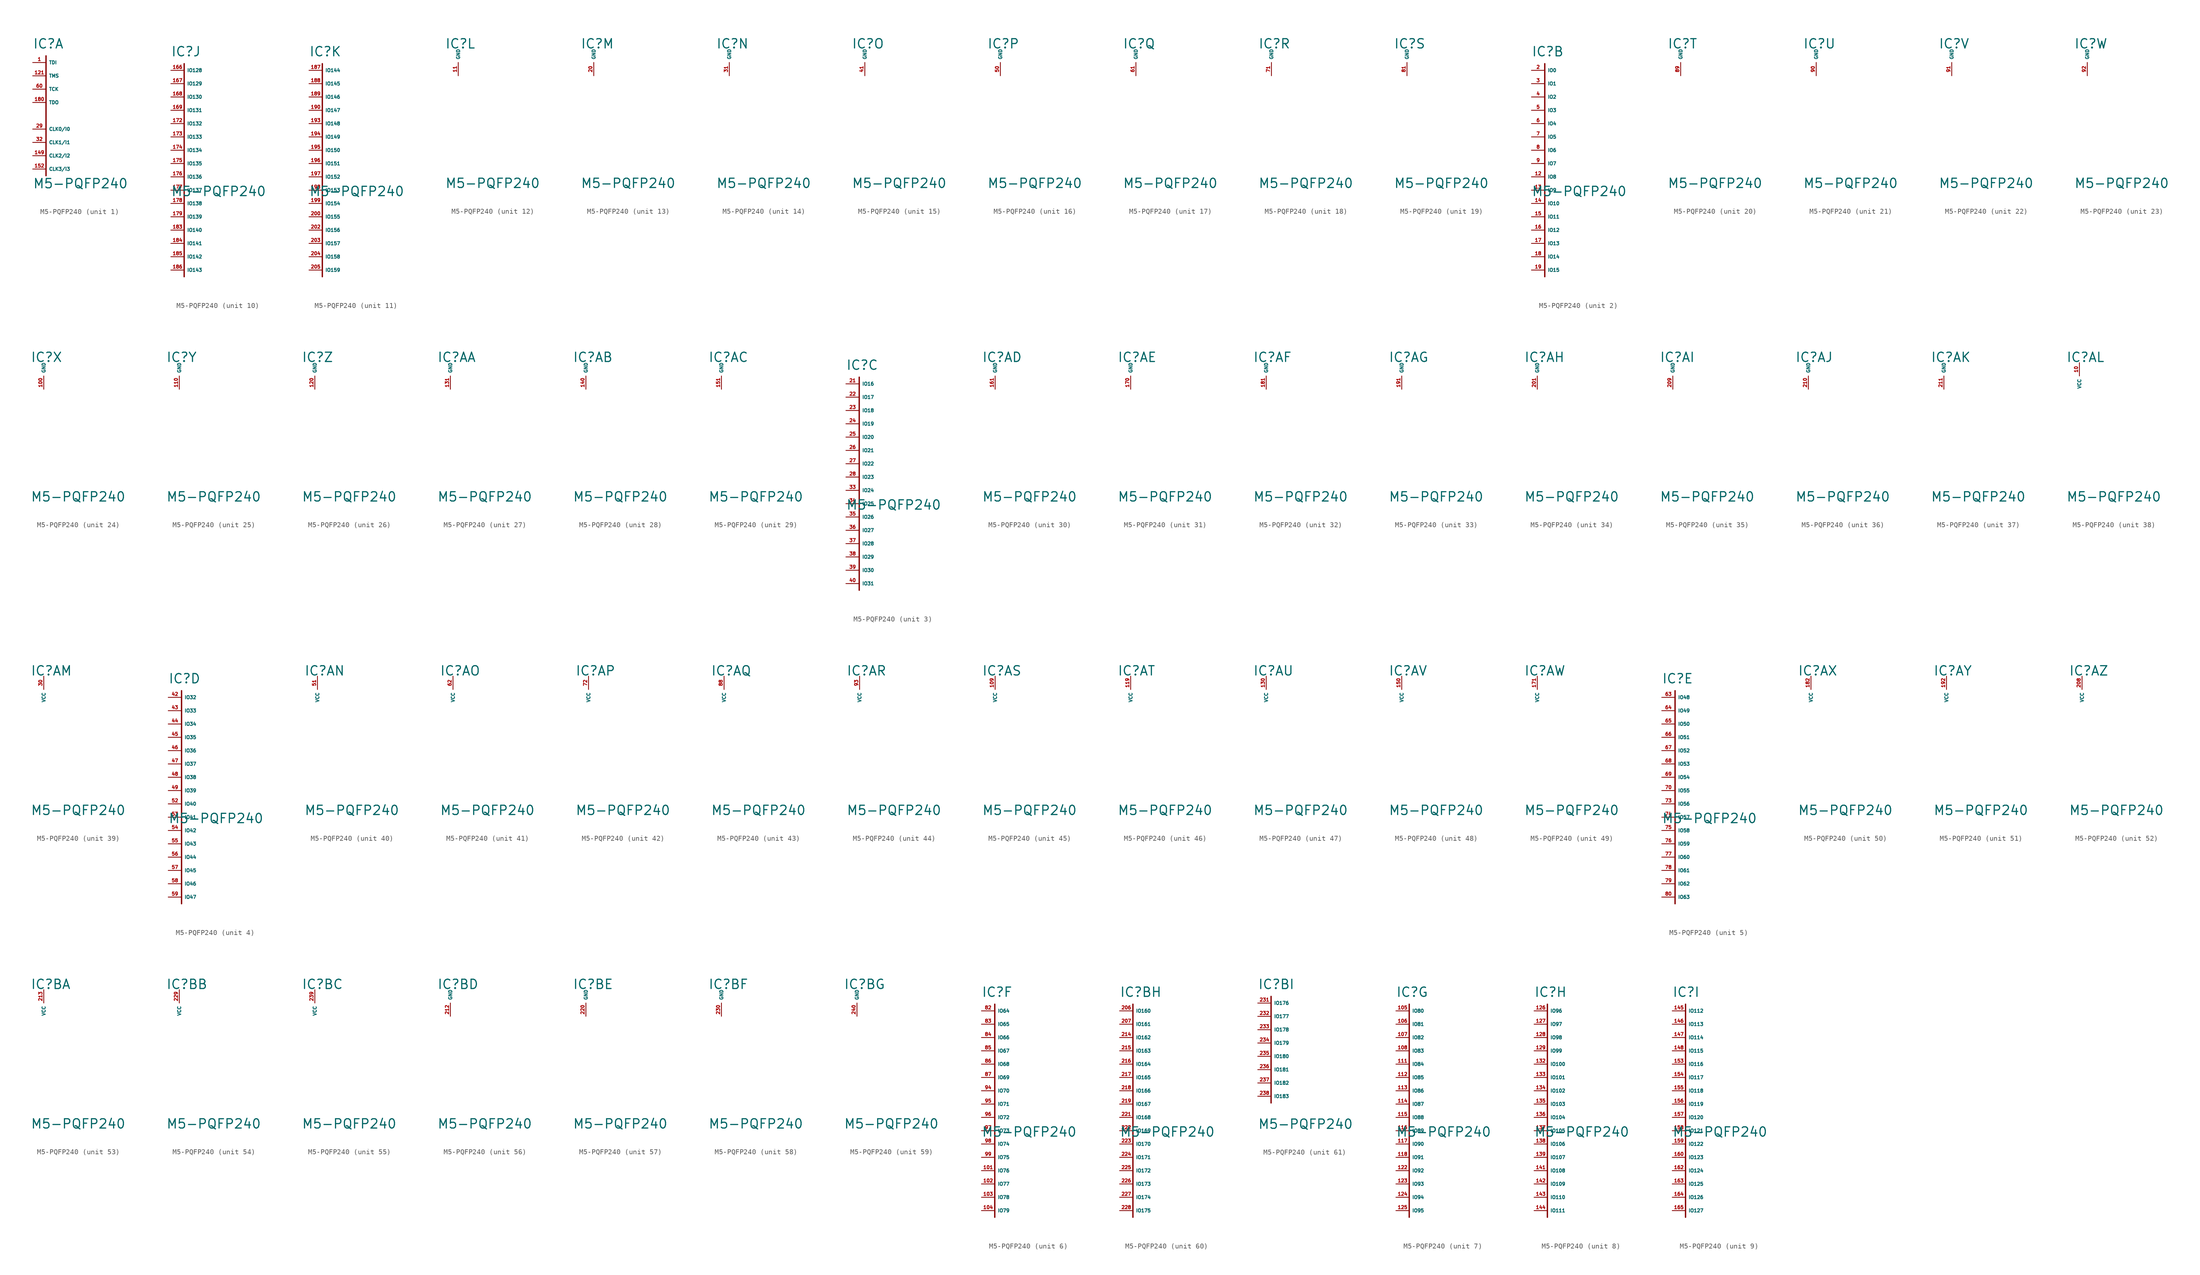
<source format=kicad_sym>
(kicad_symbol_lib
  (version 20220914)
  (generator Eagle2Kicad)
  (symbol "M5-PQFP240"
    (property "Reference" "IC"
      (at -2.54 2.54 0)
      (effects (font (size 1.778 1.778) (thickness 0.22)) (justify left bottom)))
    (property "Value" "M5-PQFP240"
      (at -2.54 -24.13 0)
      (effects (font (size 1.778 1.778) (thickness 0.22)) (justify left bottom)))
    (symbol "M5-PQFP240_1_0"
      (polyline (pts (xy 0 1.27) (xy 0 -21.59)) (stroke (width 0.254) (type default)) (fill (type none)))
      (pin input line (at -2.54 0 0) (length 2.54) (name "TDI" (effects (font (size 0.635 0.635) (thickness 0.08)) (justify left bottom))) (number "1" (effects (font (size 0.635 0.635) (thickness 0.08)) (justify left bottom))))
      (pin input line (at -2.54 -2.54 0) (length 2.54) (name "TMS" (effects (font (size 0.635 0.635) (thickness 0.08)) (justify left bottom))) (number "121" (effects (font (size 0.635 0.635) (thickness 0.08)) (justify left bottom))))
      (pin input line (at -2.54 -5.08 0) (length 2.54) (name "TCK" (effects (font (size 0.635 0.635) (thickness 0.08)) (justify left bottom))) (number "60" (effects (font (size 0.635 0.635) (thickness 0.08)) (justify left bottom))))
      (pin input line (at -2.54 -7.62 0) (length 2.54) (name "TDO" (effects (font (size 0.635 0.635) (thickness 0.08)) (justify left bottom))) (number "180" (effects (font (size 0.635 0.635) (thickness 0.08)) (justify left bottom))))
      (pin input line (at -2.54 -12.7 0) (length 2.54) (name "CLK0/I0" (effects (font (size 0.635 0.635) (thickness 0.08)) (justify left bottom))) (number "29" (effects (font (size 0.635 0.635) (thickness 0.08)) (justify left bottom))))
      (pin input line (at -2.54 -15.24 0) (length 2.54) (name "CLK1/I1" (effects (font (size 0.635 0.635) (thickness 0.08)) (justify left bottom))) (number "32" (effects (font (size 0.635 0.635) (thickness 0.08)) (justify left bottom))))
      (pin input line (at -2.54 -17.78 0) (length 2.54) (name "CLK2/I2" (effects (font (size 0.635 0.635) (thickness 0.08)) (justify left bottom))) (number "149" (effects (font (size 0.635 0.635) (thickness 0.08)) (justify left bottom))))
      (pin input line (at -2.54 -20.32 0) (length 2.54) (name "CLK3/I3" (effects (font (size 0.635 0.635) (thickness 0.08)) (justify left bottom))) (number "152" (effects (font (size 0.635 0.635) (thickness 0.08)) (justify left bottom)))))
    (symbol "M5-PQFP240_2_0"
      (polyline (pts (xy 0 1.27) (xy 0 -39.37)) (stroke (width 0.254) (type default)) (fill (type none)))
      (pin bidirectional line (at -2.54 0 0) (length 2.54) (name "IO0" (effects (font (size 0.635 0.635) (thickness 0.08)) (justify left bottom))) (number "2" (effects (font (size 0.635 0.635) (thickness 0.08)) (justify left bottom))))
      (pin bidirectional line (at -2.54 -2.54 0) (length 2.54) (name "IO1" (effects (font (size 0.635 0.635) (thickness 0.08)) (justify left bottom))) (number "3" (effects (font (size 0.635 0.635) (thickness 0.08)) (justify left bottom))))
      (pin bidirectional line (at -2.54 -5.08 0) (length 2.54) (name "IO2" (effects (font (size 0.635 0.635) (thickness 0.08)) (justify left bottom))) (number "4" (effects (font (size 0.635 0.635) (thickness 0.08)) (justify left bottom))))
      (pin bidirectional line (at -2.54 -7.62 0) (length 2.54) (name "IO3" (effects (font (size 0.635 0.635) (thickness 0.08)) (justify left bottom))) (number "5" (effects (font (size 0.635 0.635) (thickness 0.08)) (justify left bottom))))
      (pin bidirectional line (at -2.54 -10.16 0) (length 2.54) (name "IO4" (effects (font (size 0.635 0.635) (thickness 0.08)) (justify left bottom))) (number "6" (effects (font (size 0.635 0.635) (thickness 0.08)) (justify left bottom))))
      (pin bidirectional line (at -2.54 -12.7 0) (length 2.54) (name "IO5" (effects (font (size 0.635 0.635) (thickness 0.08)) (justify left bottom))) (number "7" (effects (font (size 0.635 0.635) (thickness 0.08)) (justify left bottom))))
      (pin bidirectional line (at -2.54 -15.24 0) (length 2.54) (name "IO6" (effects (font (size 0.635 0.635) (thickness 0.08)) (justify left bottom))) (number "8" (effects (font (size 0.635 0.635) (thickness 0.08)) (justify left bottom))))
      (pin bidirectional line (at -2.54 -17.78 0) (length 2.54) (name "IO7" (effects (font (size 0.635 0.635) (thickness 0.08)) (justify left bottom))) (number "9" (effects (font (size 0.635 0.635) (thickness 0.08)) (justify left bottom))))
      (pin bidirectional line (at -2.54 -20.32 0) (length 2.54) (name "IO8" (effects (font (size 0.635 0.635) (thickness 0.08)) (justify left bottom))) (number "12" (effects (font (size 0.635 0.635) (thickness 0.08)) (justify left bottom))))
      (pin bidirectional line (at -2.54 -22.86 0) (length 2.54) (name "IO9" (effects (font (size 0.635 0.635) (thickness 0.08)) (justify left bottom))) (number "13" (effects (font (size 0.635 0.635) (thickness 0.08)) (justify left bottom))))
      (pin bidirectional line (at -2.54 -25.4 0) (length 2.54) (name "IO10" (effects (font (size 0.635 0.635) (thickness 0.08)) (justify left bottom))) (number "14" (effects (font (size 0.635 0.635) (thickness 0.08)) (justify left bottom))))
      (pin bidirectional line (at -2.54 -27.94 0) (length 2.54) (name "IO11" (effects (font (size 0.635 0.635) (thickness 0.08)) (justify left bottom))) (number "15" (effects (font (size 0.635 0.635) (thickness 0.08)) (justify left bottom))))
      (pin bidirectional line (at -2.54 -30.48 0) (length 2.54) (name "IO12" (effects (font (size 0.635 0.635) (thickness 0.08)) (justify left bottom))) (number "16" (effects (font (size 0.635 0.635) (thickness 0.08)) (justify left bottom))))
      (pin bidirectional line (at -2.54 -33.02 0) (length 2.54) (name "IO13" (effects (font (size 0.635 0.635) (thickness 0.08)) (justify left bottom))) (number "17" (effects (font (size 0.635 0.635) (thickness 0.08)) (justify left bottom))))
      (pin bidirectional line (at -2.54 -35.56 0) (length 2.54) (name "IO14" (effects (font (size 0.635 0.635) (thickness 0.08)) (justify left bottom))) (number "18" (effects (font (size 0.635 0.635) (thickness 0.08)) (justify left bottom))))
      (pin bidirectional line (at -2.54 -38.1 0) (length 2.54) (name "IO15" (effects (font (size 0.635 0.635) (thickness 0.08)) (justify left bottom))) (number "19" (effects (font (size 0.635 0.635) (thickness 0.08)) (justify left bottom)))))
    (symbol "M5-PQFP240_3_0"
      (polyline (pts (xy 0 1.27) (xy 0 -39.37)) (stroke (width 0.254) (type default)) (fill (type none)))
      (pin bidirectional line (at -2.54 0 0) (length 2.54) (name "IO16" (effects (font (size 0.635 0.635) (thickness 0.08)) (justify left bottom))) (number "21" (effects (font (size 0.635 0.635) (thickness 0.08)) (justify left bottom))))
      (pin bidirectional line (at -2.54 -2.54 0) (length 2.54) (name "IO17" (effects (font (size 0.635 0.635) (thickness 0.08)) (justify left bottom))) (number "22" (effects (font (size 0.635 0.635) (thickness 0.08)) (justify left bottom))))
      (pin bidirectional line (at -2.54 -5.08 0) (length 2.54) (name "IO18" (effects (font (size 0.635 0.635) (thickness 0.08)) (justify left bottom))) (number "23" (effects (font (size 0.635 0.635) (thickness 0.08)) (justify left bottom))))
      (pin bidirectional line (at -2.54 -7.62 0) (length 2.54) (name "IO19" (effects (font (size 0.635 0.635) (thickness 0.08)) (justify left bottom))) (number "24" (effects (font (size 0.635 0.635) (thickness 0.08)) (justify left bottom))))
      (pin bidirectional line (at -2.54 -10.16 0) (length 2.54) (name "IO20" (effects (font (size 0.635 0.635) (thickness 0.08)) (justify left bottom))) (number "25" (effects (font (size 0.635 0.635) (thickness 0.08)) (justify left bottom))))
      (pin bidirectional line (at -2.54 -12.7 0) (length 2.54) (name "IO21" (effects (font (size 0.635 0.635) (thickness 0.08)) (justify left bottom))) (number "26" (effects (font (size 0.635 0.635) (thickness 0.08)) (justify left bottom))))
      (pin bidirectional line (at -2.54 -15.24 0) (length 2.54) (name "IO22" (effects (font (size 0.635 0.635) (thickness 0.08)) (justify left bottom))) (number "27" (effects (font (size 0.635 0.635) (thickness 0.08)) (justify left bottom))))
      (pin bidirectional line (at -2.54 -17.78 0) (length 2.54) (name "IO23" (effects (font (size 0.635 0.635) (thickness 0.08)) (justify left bottom))) (number "28" (effects (font (size 0.635 0.635) (thickness 0.08)) (justify left bottom))))
      (pin bidirectional line (at -2.54 -20.32 0) (length 2.54) (name "IO24" (effects (font (size 0.635 0.635) (thickness 0.08)) (justify left bottom))) (number "33" (effects (font (size 0.635 0.635) (thickness 0.08)) (justify left bottom))))
      (pin bidirectional line (at -2.54 -22.86 0) (length 2.54) (name "IO25" (effects (font (size 0.635 0.635) (thickness 0.08)) (justify left bottom))) (number "34" (effects (font (size 0.635 0.635) (thickness 0.08)) (justify left bottom))))
      (pin bidirectional line (at -2.54 -25.4 0) (length 2.54) (name "IO26" (effects (font (size 0.635 0.635) (thickness 0.08)) (justify left bottom))) (number "35" (effects (font (size 0.635 0.635) (thickness 0.08)) (justify left bottom))))
      (pin bidirectional line (at -2.54 -27.94 0) (length 2.54) (name "IO27" (effects (font (size 0.635 0.635) (thickness 0.08)) (justify left bottom))) (number "36" (effects (font (size 0.635 0.635) (thickness 0.08)) (justify left bottom))))
      (pin bidirectional line (at -2.54 -30.48 0) (length 2.54) (name "IO28" (effects (font (size 0.635 0.635) (thickness 0.08)) (justify left bottom))) (number "37" (effects (font (size 0.635 0.635) (thickness 0.08)) (justify left bottom))))
      (pin bidirectional line (at -2.54 -33.02 0) (length 2.54) (name "IO29" (effects (font (size 0.635 0.635) (thickness 0.08)) (justify left bottom))) (number "38" (effects (font (size 0.635 0.635) (thickness 0.08)) (justify left bottom))))
      (pin bidirectional line (at -2.54 -35.56 0) (length 2.54) (name "IO30" (effects (font (size 0.635 0.635) (thickness 0.08)) (justify left bottom))) (number "39" (effects (font (size 0.635 0.635) (thickness 0.08)) (justify left bottom))))
      (pin bidirectional line (at -2.54 -38.1 0) (length 2.54) (name "IO31" (effects (font (size 0.635 0.635) (thickness 0.08)) (justify left bottom))) (number "40" (effects (font (size 0.635 0.635) (thickness 0.08)) (justify left bottom)))))
    (symbol "M5-PQFP240_4_0"
      (polyline (pts (xy 0 1.27) (xy 0 -39.37)) (stroke (width 0.254) (type default)) (fill (type none)))
      (pin bidirectional line (at -2.54 0 0) (length 2.54) (name "IO32" (effects (font (size 0.635 0.635) (thickness 0.08)) (justify left bottom))) (number "42" (effects (font (size 0.635 0.635) (thickness 0.08)) (justify left bottom))))
      (pin bidirectional line (at -2.54 -2.54 0) (length 2.54) (name "IO33" (effects (font (size 0.635 0.635) (thickness 0.08)) (justify left bottom))) (number "43" (effects (font (size 0.635 0.635) (thickness 0.08)) (justify left bottom))))
      (pin bidirectional line (at -2.54 -5.08 0) (length 2.54) (name "IO34" (effects (font (size 0.635 0.635) (thickness 0.08)) (justify left bottom))) (number "44" (effects (font (size 0.635 0.635) (thickness 0.08)) (justify left bottom))))
      (pin bidirectional line (at -2.54 -7.62 0) (length 2.54) (name "IO35" (effects (font (size 0.635 0.635) (thickness 0.08)) (justify left bottom))) (number "45" (effects (font (size 0.635 0.635) (thickness 0.08)) (justify left bottom))))
      (pin bidirectional line (at -2.54 -10.16 0) (length 2.54) (name "IO36" (effects (font (size 0.635 0.635) (thickness 0.08)) (justify left bottom))) (number "46" (effects (font (size 0.635 0.635) (thickness 0.08)) (justify left bottom))))
      (pin bidirectional line (at -2.54 -12.7 0) (length 2.54) (name "IO37" (effects (font (size 0.635 0.635) (thickness 0.08)) (justify left bottom))) (number "47" (effects (font (size 0.635 0.635) (thickness 0.08)) (justify left bottom))))
      (pin bidirectional line (at -2.54 -15.24 0) (length 2.54) (name "IO38" (effects (font (size 0.635 0.635) (thickness 0.08)) (justify left bottom))) (number "48" (effects (font (size 0.635 0.635) (thickness 0.08)) (justify left bottom))))
      (pin bidirectional line (at -2.54 -17.78 0) (length 2.54) (name "IO39" (effects (font (size 0.635 0.635) (thickness 0.08)) (justify left bottom))) (number "49" (effects (font (size 0.635 0.635) (thickness 0.08)) (justify left bottom))))
      (pin bidirectional line (at -2.54 -20.32 0) (length 2.54) (name "IO40" (effects (font (size 0.635 0.635) (thickness 0.08)) (justify left bottom))) (number "52" (effects (font (size 0.635 0.635) (thickness 0.08)) (justify left bottom))))
      (pin bidirectional line (at -2.54 -22.86 0) (length 2.54) (name "IO41" (effects (font (size 0.635 0.635) (thickness 0.08)) (justify left bottom))) (number "53" (effects (font (size 0.635 0.635) (thickness 0.08)) (justify left bottom))))
      (pin bidirectional line (at -2.54 -25.4 0) (length 2.54) (name "IO42" (effects (font (size 0.635 0.635) (thickness 0.08)) (justify left bottom))) (number "54" (effects (font (size 0.635 0.635) (thickness 0.08)) (justify left bottom))))
      (pin bidirectional line (at -2.54 -27.94 0) (length 2.54) (name "IO43" (effects (font (size 0.635 0.635) (thickness 0.08)) (justify left bottom))) (number "55" (effects (font (size 0.635 0.635) (thickness 0.08)) (justify left bottom))))
      (pin bidirectional line (at -2.54 -30.48 0) (length 2.54) (name "IO44" (effects (font (size 0.635 0.635) (thickness 0.08)) (justify left bottom))) (number "56" (effects (font (size 0.635 0.635) (thickness 0.08)) (justify left bottom))))
      (pin bidirectional line (at -2.54 -33.02 0) (length 2.54) (name "IO45" (effects (font (size 0.635 0.635) (thickness 0.08)) (justify left bottom))) (number "57" (effects (font (size 0.635 0.635) (thickness 0.08)) (justify left bottom))))
      (pin bidirectional line (at -2.54 -35.56 0) (length 2.54) (name "IO46" (effects (font (size 0.635 0.635) (thickness 0.08)) (justify left bottom))) (number "58" (effects (font (size 0.635 0.635) (thickness 0.08)) (justify left bottom))))
      (pin bidirectional line (at -2.54 -38.1 0) (length 2.54) (name "IO47" (effects (font (size 0.635 0.635) (thickness 0.08)) (justify left bottom))) (number "59" (effects (font (size 0.635 0.635) (thickness 0.08)) (justify left bottom)))))
    (symbol "M5-PQFP240_5_0"
      (polyline (pts (xy 0 1.27) (xy 0 -39.37)) (stroke (width 0.254) (type default)) (fill (type none)))
      (pin bidirectional line (at -2.54 0 0) (length 2.54) (name "IO48" (effects (font (size 0.635 0.635) (thickness 0.08)) (justify left bottom))) (number "63" (effects (font (size 0.635 0.635) (thickness 0.08)) (justify left bottom))))
      (pin bidirectional line (at -2.54 -2.54 0) (length 2.54) (name "IO49" (effects (font (size 0.635 0.635) (thickness 0.08)) (justify left bottom))) (number "64" (effects (font (size 0.635 0.635) (thickness 0.08)) (justify left bottom))))
      (pin bidirectional line (at -2.54 -5.08 0) (length 2.54) (name "IO50" (effects (font (size 0.635 0.635) (thickness 0.08)) (justify left bottom))) (number "65" (effects (font (size 0.635 0.635) (thickness 0.08)) (justify left bottom))))
      (pin bidirectional line (at -2.54 -7.62 0) (length 2.54) (name "IO51" (effects (font (size 0.635 0.635) (thickness 0.08)) (justify left bottom))) (number "66" (effects (font (size 0.635 0.635) (thickness 0.08)) (justify left bottom))))
      (pin bidirectional line (at -2.54 -10.16 0) (length 2.54) (name "IO52" (effects (font (size 0.635 0.635) (thickness 0.08)) (justify left bottom))) (number "67" (effects (font (size 0.635 0.635) (thickness 0.08)) (justify left bottom))))
      (pin bidirectional line (at -2.54 -12.7 0) (length 2.54) (name "IO53" (effects (font (size 0.635 0.635) (thickness 0.08)) (justify left bottom))) (number "68" (effects (font (size 0.635 0.635) (thickness 0.08)) (justify left bottom))))
      (pin bidirectional line (at -2.54 -15.24 0) (length 2.54) (name "IO54" (effects (font (size 0.635 0.635) (thickness 0.08)) (justify left bottom))) (number "69" (effects (font (size 0.635 0.635) (thickness 0.08)) (justify left bottom))))
      (pin bidirectional line (at -2.54 -17.78 0) (length 2.54) (name "IO55" (effects (font (size 0.635 0.635) (thickness 0.08)) (justify left bottom))) (number "70" (effects (font (size 0.635 0.635) (thickness 0.08)) (justify left bottom))))
      (pin bidirectional line (at -2.54 -20.32 0) (length 2.54) (name "IO56" (effects (font (size 0.635 0.635) (thickness 0.08)) (justify left bottom))) (number "73" (effects (font (size 0.635 0.635) (thickness 0.08)) (justify left bottom))))
      (pin bidirectional line (at -2.54 -22.86 0) (length 2.54) (name "IO57" (effects (font (size 0.635 0.635) (thickness 0.08)) (justify left bottom))) (number "74" (effects (font (size 0.635 0.635) (thickness 0.08)) (justify left bottom))))
      (pin bidirectional line (at -2.54 -25.4 0) (length 2.54) (name "IO58" (effects (font (size 0.635 0.635) (thickness 0.08)) (justify left bottom))) (number "75" (effects (font (size 0.635 0.635) (thickness 0.08)) (justify left bottom))))
      (pin bidirectional line (at -2.54 -27.94 0) (length 2.54) (name "IO59" (effects (font (size 0.635 0.635) (thickness 0.08)) (justify left bottom))) (number "76" (effects (font (size 0.635 0.635) (thickness 0.08)) (justify left bottom))))
      (pin bidirectional line (at -2.54 -30.48 0) (length 2.54) (name "IO60" (effects (font (size 0.635 0.635) (thickness 0.08)) (justify left bottom))) (number "77" (effects (font (size 0.635 0.635) (thickness 0.08)) (justify left bottom))))
      (pin bidirectional line (at -2.54 -33.02 0) (length 2.54) (name "IO61" (effects (font (size 0.635 0.635) (thickness 0.08)) (justify left bottom))) (number "78" (effects (font (size 0.635 0.635) (thickness 0.08)) (justify left bottom))))
      (pin bidirectional line (at -2.54 -35.56 0) (length 2.54) (name "IO62" (effects (font (size 0.635 0.635) (thickness 0.08)) (justify left bottom))) (number "79" (effects (font (size 0.635 0.635) (thickness 0.08)) (justify left bottom))))
      (pin bidirectional line (at -2.54 -38.1 0) (length 2.54) (name "IO63" (effects (font (size 0.635 0.635) (thickness 0.08)) (justify left bottom))) (number "80" (effects (font (size 0.635 0.635) (thickness 0.08)) (justify left bottom)))))
    (symbol "M5-PQFP240_6_0"
      (polyline (pts (xy 0 1.27) (xy 0 -39.37)) (stroke (width 0.254) (type default)) (fill (type none)))
      (pin bidirectional line (at -2.54 0 0) (length 2.54) (name "IO64" (effects (font (size 0.635 0.635) (thickness 0.08)) (justify left bottom))) (number "82" (effects (font (size 0.635 0.635) (thickness 0.08)) (justify left bottom))))
      (pin bidirectional line (at -2.54 -2.54 0) (length 2.54) (name "IO65" (effects (font (size 0.635 0.635) (thickness 0.08)) (justify left bottom))) (number "83" (effects (font (size 0.635 0.635) (thickness 0.08)) (justify left bottom))))
      (pin bidirectional line (at -2.54 -5.08 0) (length 2.54) (name "IO66" (effects (font (size 0.635 0.635) (thickness 0.08)) (justify left bottom))) (number "84" (effects (font (size 0.635 0.635) (thickness 0.08)) (justify left bottom))))
      (pin bidirectional line (at -2.54 -7.62 0) (length 2.54) (name "IO67" (effects (font (size 0.635 0.635) (thickness 0.08)) (justify left bottom))) (number "85" (effects (font (size 0.635 0.635) (thickness 0.08)) (justify left bottom))))
      (pin bidirectional line (at -2.54 -10.16 0) (length 2.54) (name "IO68" (effects (font (size 0.635 0.635) (thickness 0.08)) (justify left bottom))) (number "86" (effects (font (size 0.635 0.635) (thickness 0.08)) (justify left bottom))))
      (pin bidirectional line (at -2.54 -12.7 0) (length 2.54) (name "IO69" (effects (font (size 0.635 0.635) (thickness 0.08)) (justify left bottom))) (number "87" (effects (font (size 0.635 0.635) (thickness 0.08)) (justify left bottom))))
      (pin bidirectional line (at -2.54 -15.24 0) (length 2.54) (name "IO70" (effects (font (size 0.635 0.635) (thickness 0.08)) (justify left bottom))) (number "94" (effects (font (size 0.635 0.635) (thickness 0.08)) (justify left bottom))))
      (pin bidirectional line (at -2.54 -17.78 0) (length 2.54) (name "IO71" (effects (font (size 0.635 0.635) (thickness 0.08)) (justify left bottom))) (number "95" (effects (font (size 0.635 0.635) (thickness 0.08)) (justify left bottom))))
      (pin bidirectional line (at -2.54 -20.32 0) (length 2.54) (name "IO72" (effects (font (size 0.635 0.635) (thickness 0.08)) (justify left bottom))) (number "96" (effects (font (size 0.635 0.635) (thickness 0.08)) (justify left bottom))))
      (pin bidirectional line (at -2.54 -22.86 0) (length 2.54) (name "IO73" (effects (font (size 0.635 0.635) (thickness 0.08)) (justify left bottom))) (number "97" (effects (font (size 0.635 0.635) (thickness 0.08)) (justify left bottom))))
      (pin bidirectional line (at -2.54 -25.4 0) (length 2.54) (name "IO74" (effects (font (size 0.635 0.635) (thickness 0.08)) (justify left bottom))) (number "98" (effects (font (size 0.635 0.635) (thickness 0.08)) (justify left bottom))))
      (pin bidirectional line (at -2.54 -27.94 0) (length 2.54) (name "IO75" (effects (font (size 0.635 0.635) (thickness 0.08)) (justify left bottom))) (number "99" (effects (font (size 0.635 0.635) (thickness 0.08)) (justify left bottom))))
      (pin bidirectional line (at -2.54 -30.48 0) (length 2.54) (name "IO76" (effects (font (size 0.635 0.635) (thickness 0.08)) (justify left bottom))) (number "101" (effects (font (size 0.635 0.635) (thickness 0.08)) (justify left bottom))))
      (pin bidirectional line (at -2.54 -33.02 0) (length 2.54) (name "IO77" (effects (font (size 0.635 0.635) (thickness 0.08)) (justify left bottom))) (number "102" (effects (font (size 0.635 0.635) (thickness 0.08)) (justify left bottom))))
      (pin bidirectional line (at -2.54 -35.56 0) (length 2.54) (name "IO78" (effects (font (size 0.635 0.635) (thickness 0.08)) (justify left bottom))) (number "103" (effects (font (size 0.635 0.635) (thickness 0.08)) (justify left bottom))))
      (pin bidirectional line (at -2.54 -38.1 0) (length 2.54) (name "IO79" (effects (font (size 0.635 0.635) (thickness 0.08)) (justify left bottom))) (number "104" (effects (font (size 0.635 0.635) (thickness 0.08)) (justify left bottom)))))
    (symbol "M5-PQFP240_7_0"
      (polyline (pts (xy 0 1.27) (xy 0 -39.37)) (stroke (width 0.254) (type default)) (fill (type none)))
      (pin bidirectional line (at -2.54 0 0) (length 2.54) (name "IO80" (effects (font (size 0.635 0.635) (thickness 0.08)) (justify left bottom))) (number "105" (effects (font (size 0.635 0.635) (thickness 0.08)) (justify left bottom))))
      (pin bidirectional line (at -2.54 -2.54 0) (length 2.54) (name "IO81" (effects (font (size 0.635 0.635) (thickness 0.08)) (justify left bottom))) (number "106" (effects (font (size 0.635 0.635) (thickness 0.08)) (justify left bottom))))
      (pin bidirectional line (at -2.54 -5.08 0) (length 2.54) (name "IO82" (effects (font (size 0.635 0.635) (thickness 0.08)) (justify left bottom))) (number "107" (effects (font (size 0.635 0.635) (thickness 0.08)) (justify left bottom))))
      (pin bidirectional line (at -2.54 -7.62 0) (length 2.54) (name "IO83" (effects (font (size 0.635 0.635) (thickness 0.08)) (justify left bottom))) (number "108" (effects (font (size 0.635 0.635) (thickness 0.08)) (justify left bottom))))
      (pin bidirectional line (at -2.54 -10.16 0) (length 2.54) (name "IO84" (effects (font (size 0.635 0.635) (thickness 0.08)) (justify left bottom))) (number "111" (effects (font (size 0.635 0.635) (thickness 0.08)) (justify left bottom))))
      (pin bidirectional line (at -2.54 -12.7 0) (length 2.54) (name "IO85" (effects (font (size 0.635 0.635) (thickness 0.08)) (justify left bottom))) (number "112" (effects (font (size 0.635 0.635) (thickness 0.08)) (justify left bottom))))
      (pin bidirectional line (at -2.54 -15.24 0) (length 2.54) (name "IO86" (effects (font (size 0.635 0.635) (thickness 0.08)) (justify left bottom))) (number "113" (effects (font (size 0.635 0.635) (thickness 0.08)) (justify left bottom))))
      (pin bidirectional line (at -2.54 -17.78 0) (length 2.54) (name "IO87" (effects (font (size 0.635 0.635) (thickness 0.08)) (justify left bottom))) (number "114" (effects (font (size 0.635 0.635) (thickness 0.08)) (justify left bottom))))
      (pin bidirectional line (at -2.54 -20.32 0) (length 2.54) (name "IO88" (effects (font (size 0.635 0.635) (thickness 0.08)) (justify left bottom))) (number "115" (effects (font (size 0.635 0.635) (thickness 0.08)) (justify left bottom))))
      (pin bidirectional line (at -2.54 -22.86 0) (length 2.54) (name "IO89" (effects (font (size 0.635 0.635) (thickness 0.08)) (justify left bottom))) (number "116" (effects (font (size 0.635 0.635) (thickness 0.08)) (justify left bottom))))
      (pin bidirectional line (at -2.54 -25.4 0) (length 2.54) (name "IO90" (effects (font (size 0.635 0.635) (thickness 0.08)) (justify left bottom))) (number "117" (effects (font (size 0.635 0.635) (thickness 0.08)) (justify left bottom))))
      (pin bidirectional line (at -2.54 -27.94 0) (length 2.54) (name "IO91" (effects (font (size 0.635 0.635) (thickness 0.08)) (justify left bottom))) (number "118" (effects (font (size 0.635 0.635) (thickness 0.08)) (justify left bottom))))
      (pin bidirectional line (at -2.54 -30.48 0) (length 2.54) (name "IO92" (effects (font (size 0.635 0.635) (thickness 0.08)) (justify left bottom))) (number "122" (effects (font (size 0.635 0.635) (thickness 0.08)) (justify left bottom))))
      (pin bidirectional line (at -2.54 -33.02 0) (length 2.54) (name "IO93" (effects (font (size 0.635 0.635) (thickness 0.08)) (justify left bottom))) (number "123" (effects (font (size 0.635 0.635) (thickness 0.08)) (justify left bottom))))
      (pin bidirectional line (at -2.54 -35.56 0) (length 2.54) (name "IO94" (effects (font (size 0.635 0.635) (thickness 0.08)) (justify left bottom))) (number "124" (effects (font (size 0.635 0.635) (thickness 0.08)) (justify left bottom))))
      (pin bidirectional line (at -2.54 -38.1 0) (length 2.54) (name "IO95" (effects (font (size 0.635 0.635) (thickness 0.08)) (justify left bottom))) (number "125" (effects (font (size 0.635 0.635) (thickness 0.08)) (justify left bottom)))))
    (symbol "M5-PQFP240_8_0"
      (polyline (pts (xy 0 1.27) (xy 0 -39.37)) (stroke (width 0.254) (type default)) (fill (type none)))
      (pin bidirectional line (at -2.54 0 0) (length 2.54) (name "IO96" (effects (font (size 0.635 0.635) (thickness 0.08)) (justify left bottom))) (number "126" (effects (font (size 0.635 0.635) (thickness 0.08)) (justify left bottom))))
      (pin bidirectional line (at -2.54 -2.54 0) (length 2.54) (name "IO97" (effects (font (size 0.635 0.635) (thickness 0.08)) (justify left bottom))) (number "127" (effects (font (size 0.635 0.635) (thickness 0.08)) (justify left bottom))))
      (pin bidirectional line (at -2.54 -5.08 0) (length 2.54) (name "IO98" (effects (font (size 0.635 0.635) (thickness 0.08)) (justify left bottom))) (number "128" (effects (font (size 0.635 0.635) (thickness 0.08)) (justify left bottom))))
      (pin bidirectional line (at -2.54 -7.62 0) (length 2.54) (name "IO99" (effects (font (size 0.635 0.635) (thickness 0.08)) (justify left bottom))) (number "129" (effects (font (size 0.635 0.635) (thickness 0.08)) (justify left bottom))))
      (pin bidirectional line (at -2.54 -10.16 0) (length 2.54) (name "IO100" (effects (font (size 0.635 0.635) (thickness 0.08)) (justify left bottom))) (number "132" (effects (font (size 0.635 0.635) (thickness 0.08)) (justify left bottom))))
      (pin bidirectional line (at -2.54 -12.7 0) (length 2.54) (name "IO101" (effects (font (size 0.635 0.635) (thickness 0.08)) (justify left bottom))) (number "133" (effects (font (size 0.635 0.635) (thickness 0.08)) (justify left bottom))))
      (pin bidirectional line (at -2.54 -15.24 0) (length 2.54) (name "IO102" (effects (font (size 0.635 0.635) (thickness 0.08)) (justify left bottom))) (number "134" (effects (font (size 0.635 0.635) (thickness 0.08)) (justify left bottom))))
      (pin bidirectional line (at -2.54 -17.78 0) (length 2.54) (name "IO103" (effects (font (size 0.635 0.635) (thickness 0.08)) (justify left bottom))) (number "135" (effects (font (size 0.635 0.635) (thickness 0.08)) (justify left bottom))))
      (pin bidirectional line (at -2.54 -20.32 0) (length 2.54) (name "IO104" (effects (font (size 0.635 0.635) (thickness 0.08)) (justify left bottom))) (number "136" (effects (font (size 0.635 0.635) (thickness 0.08)) (justify left bottom))))
      (pin bidirectional line (at -2.54 -22.86 0) (length 2.54) (name "IO105" (effects (font (size 0.635 0.635) (thickness 0.08)) (justify left bottom))) (number "137" (effects (font (size 0.635 0.635) (thickness 0.08)) (justify left bottom))))
      (pin bidirectional line (at -2.54 -25.4 0) (length 2.54) (name "IO106" (effects (font (size 0.635 0.635) (thickness 0.08)) (justify left bottom))) (number "138" (effects (font (size 0.635 0.635) (thickness 0.08)) (justify left bottom))))
      (pin bidirectional line (at -2.54 -27.94 0) (length 2.54) (name "IO107" (effects (font (size 0.635 0.635) (thickness 0.08)) (justify left bottom))) (number "139" (effects (font (size 0.635 0.635) (thickness 0.08)) (justify left bottom))))
      (pin bidirectional line (at -2.54 -30.48 0) (length 2.54) (name "IO108" (effects (font (size 0.635 0.635) (thickness 0.08)) (justify left bottom))) (number "141" (effects (font (size 0.635 0.635) (thickness 0.08)) (justify left bottom))))
      (pin bidirectional line (at -2.54 -33.02 0) (length 2.54) (name "IO109" (effects (font (size 0.635 0.635) (thickness 0.08)) (justify left bottom))) (number "142" (effects (font (size 0.635 0.635) (thickness 0.08)) (justify left bottom))))
      (pin bidirectional line (at -2.54 -35.56 0) (length 2.54) (name "IO110" (effects (font (size 0.635 0.635) (thickness 0.08)) (justify left bottom))) (number "143" (effects (font (size 0.635 0.635) (thickness 0.08)) (justify left bottom))))
      (pin bidirectional line (at -2.54 -38.1 0) (length 2.54) (name "IO111" (effects (font (size 0.635 0.635) (thickness 0.08)) (justify left bottom))) (number "144" (effects (font (size 0.635 0.635) (thickness 0.08)) (justify left bottom)))))
    (symbol "M5-PQFP240_9_0"
      (polyline (pts (xy 0 1.27) (xy 0 -39.37)) (stroke (width 0.254) (type default)) (fill (type none)))
      (pin bidirectional line (at -2.54 0 0) (length 2.54) (name "IO112" (effects (font (size 0.635 0.635) (thickness 0.08)) (justify left bottom))) (number "145" (effects (font (size 0.635 0.635) (thickness 0.08)) (justify left bottom))))
      (pin bidirectional line (at -2.54 -2.54 0) (length 2.54) (name "IO113" (effects (font (size 0.635 0.635) (thickness 0.08)) (justify left bottom))) (number "146" (effects (font (size 0.635 0.635) (thickness 0.08)) (justify left bottom))))
      (pin bidirectional line (at -2.54 -5.08 0) (length 2.54) (name "IO114" (effects (font (size 0.635 0.635) (thickness 0.08)) (justify left bottom))) (number "147" (effects (font (size 0.635 0.635) (thickness 0.08)) (justify left bottom))))
      (pin bidirectional line (at -2.54 -7.62 0) (length 2.54) (name "IO115" (effects (font (size 0.635 0.635) (thickness 0.08)) (justify left bottom))) (number "148" (effects (font (size 0.635 0.635) (thickness 0.08)) (justify left bottom))))
      (pin bidirectional line (at -2.54 -10.16 0) (length 2.54) (name "IO116" (effects (font (size 0.635 0.635) (thickness 0.08)) (justify left bottom))) (number "153" (effects (font (size 0.635 0.635) (thickness 0.08)) (justify left bottom))))
      (pin bidirectional line (at -2.54 -12.7 0) (length 2.54) (name "IO117" (effects (font (size 0.635 0.635) (thickness 0.08)) (justify left bottom))) (number "154" (effects (font (size 0.635 0.635) (thickness 0.08)) (justify left bottom))))
      (pin bidirectional line (at -2.54 -15.24 0) (length 2.54) (name "IO118" (effects (font (size 0.635 0.635) (thickness 0.08)) (justify left bottom))) (number "155" (effects (font (size 0.635 0.635) (thickness 0.08)) (justify left bottom))))
      (pin bidirectional line (at -2.54 -17.78 0) (length 2.54) (name "IO119" (effects (font (size 0.635 0.635) (thickness 0.08)) (justify left bottom))) (number "156" (effects (font (size 0.635 0.635) (thickness 0.08)) (justify left bottom))))
      (pin bidirectional line (at -2.54 -20.32 0) (length 2.54) (name "IO120" (effects (font (size 0.635 0.635) (thickness 0.08)) (justify left bottom))) (number "157" (effects (font (size 0.635 0.635) (thickness 0.08)) (justify left bottom))))
      (pin bidirectional line (at -2.54 -22.86 0) (length 2.54) (name "IO121" (effects (font (size 0.635 0.635) (thickness 0.08)) (justify left bottom))) (number "158" (effects (font (size 0.635 0.635) (thickness 0.08)) (justify left bottom))))
      (pin bidirectional line (at -2.54 -25.4 0) (length 2.54) (name "IO122" (effects (font (size 0.635 0.635) (thickness 0.08)) (justify left bottom))) (number "159" (effects (font (size 0.635 0.635) (thickness 0.08)) (justify left bottom))))
      (pin bidirectional line (at -2.54 -27.94 0) (length 2.54) (name "IO123" (effects (font (size 0.635 0.635) (thickness 0.08)) (justify left bottom))) (number "160" (effects (font (size 0.635 0.635) (thickness 0.08)) (justify left bottom))))
      (pin bidirectional line (at -2.54 -30.48 0) (length 2.54) (name "IO124" (effects (font (size 0.635 0.635) (thickness 0.08)) (justify left bottom))) (number "162" (effects (font (size 0.635 0.635) (thickness 0.08)) (justify left bottom))))
      (pin bidirectional line (at -2.54 -33.02 0) (length 2.54) (name "IO125" (effects (font (size 0.635 0.635) (thickness 0.08)) (justify left bottom))) (number "163" (effects (font (size 0.635 0.635) (thickness 0.08)) (justify left bottom))))
      (pin bidirectional line (at -2.54 -35.56 0) (length 2.54) (name "IO126" (effects (font (size 0.635 0.635) (thickness 0.08)) (justify left bottom))) (number "164" (effects (font (size 0.635 0.635) (thickness 0.08)) (justify left bottom))))
      (pin bidirectional line (at -2.54 -38.1 0) (length 2.54) (name "IO127" (effects (font (size 0.635 0.635) (thickness 0.08)) (justify left bottom))) (number "165" (effects (font (size 0.635 0.635) (thickness 0.08)) (justify left bottom)))))
    (symbol "M5-PQFP240_10_0"
      (polyline (pts (xy 0 1.27) (xy 0 -39.37)) (stroke (width 0.254) (type default)) (fill (type none)))
      (pin bidirectional line (at -2.54 0 0) (length 2.54) (name "IO128" (effects (font (size 0.635 0.635) (thickness 0.08)) (justify left bottom))) (number "166" (effects (font (size 0.635 0.635) (thickness 0.08)) (justify left bottom))))
      (pin bidirectional line (at -2.54 -2.54 0) (length 2.54) (name "IO129" (effects (font (size 0.635 0.635) (thickness 0.08)) (justify left bottom))) (number "167" (effects (font (size 0.635 0.635) (thickness 0.08)) (justify left bottom))))
      (pin bidirectional line (at -2.54 -5.08 0) (length 2.54) (name "IO130" (effects (font (size 0.635 0.635) (thickness 0.08)) (justify left bottom))) (number "168" (effects (font (size 0.635 0.635) (thickness 0.08)) (justify left bottom))))
      (pin bidirectional line (at -2.54 -7.62 0) (length 2.54) (name "IO131" (effects (font (size 0.635 0.635) (thickness 0.08)) (justify left bottom))) (number "169" (effects (font (size 0.635 0.635) (thickness 0.08)) (justify left bottom))))
      (pin bidirectional line (at -2.54 -10.16 0) (length 2.54) (name "IO132" (effects (font (size 0.635 0.635) (thickness 0.08)) (justify left bottom))) (number "172" (effects (font (size 0.635 0.635) (thickness 0.08)) (justify left bottom))))
      (pin bidirectional line (at -2.54 -12.7 0) (length 2.54) (name "IO133" (effects (font (size 0.635 0.635) (thickness 0.08)) (justify left bottom))) (number "173" (effects (font (size 0.635 0.635) (thickness 0.08)) (justify left bottom))))
      (pin bidirectional line (at -2.54 -15.24 0) (length 2.54) (name "IO134" (effects (font (size 0.635 0.635) (thickness 0.08)) (justify left bottom))) (number "174" (effects (font (size 0.635 0.635) (thickness 0.08)) (justify left bottom))))
      (pin bidirectional line (at -2.54 -17.78 0) (length 2.54) (name "IO135" (effects (font (size 0.635 0.635) (thickness 0.08)) (justify left bottom))) (number "175" (effects (font (size 0.635 0.635) (thickness 0.08)) (justify left bottom))))
      (pin bidirectional line (at -2.54 -20.32 0) (length 2.54) (name "IO136" (effects (font (size 0.635 0.635) (thickness 0.08)) (justify left bottom))) (number "176" (effects (font (size 0.635 0.635) (thickness 0.08)) (justify left bottom))))
      (pin bidirectional line (at -2.54 -22.86 0) (length 2.54) (name "IO137" (effects (font (size 0.635 0.635) (thickness 0.08)) (justify left bottom))) (number "177" (effects (font (size 0.635 0.635) (thickness 0.08)) (justify left bottom))))
      (pin bidirectional line (at -2.54 -25.4 0) (length 2.54) (name "IO138" (effects (font (size 0.635 0.635) (thickness 0.08)) (justify left bottom))) (number "178" (effects (font (size 0.635 0.635) (thickness 0.08)) (justify left bottom))))
      (pin bidirectional line (at -2.54 -27.94 0) (length 2.54) (name "IO139" (effects (font (size 0.635 0.635) (thickness 0.08)) (justify left bottom))) (number "179" (effects (font (size 0.635 0.635) (thickness 0.08)) (justify left bottom))))
      (pin bidirectional line (at -2.54 -30.48 0) (length 2.54) (name "IO140" (effects (font (size 0.635 0.635) (thickness 0.08)) (justify left bottom))) (number "183" (effects (font (size 0.635 0.635) (thickness 0.08)) (justify left bottom))))
      (pin bidirectional line (at -2.54 -33.02 0) (length 2.54) (name "IO141" (effects (font (size 0.635 0.635) (thickness 0.08)) (justify left bottom))) (number "184" (effects (font (size 0.635 0.635) (thickness 0.08)) (justify left bottom))))
      (pin bidirectional line (at -2.54 -35.56 0) (length 2.54) (name "IO142" (effects (font (size 0.635 0.635) (thickness 0.08)) (justify left bottom))) (number "185" (effects (font (size 0.635 0.635) (thickness 0.08)) (justify left bottom))))
      (pin bidirectional line (at -2.54 -38.1 0) (length 2.54) (name "IO143" (effects (font (size 0.635 0.635) (thickness 0.08)) (justify left bottom))) (number "186" (effects (font (size 0.635 0.635) (thickness 0.08)) (justify left bottom)))))
    (symbol "M5-PQFP240_11_0"
      (polyline (pts (xy 0 1.27) (xy 0 -39.37)) (stroke (width 0.254) (type default)) (fill (type none)))
      (pin bidirectional line (at -2.54 0 0) (length 2.54) (name "IO144" (effects (font (size 0.635 0.635) (thickness 0.08)) (justify left bottom))) (number "187" (effects (font (size 0.635 0.635) (thickness 0.08)) (justify left bottom))))
      (pin bidirectional line (at -2.54 -2.54 0) (length 2.54) (name "IO145" (effects (font (size 0.635 0.635) (thickness 0.08)) (justify left bottom))) (number "188" (effects (font (size 0.635 0.635) (thickness 0.08)) (justify left bottom))))
      (pin bidirectional line (at -2.54 -5.08 0) (length 2.54) (name "IO146" (effects (font (size 0.635 0.635) (thickness 0.08)) (justify left bottom))) (number "189" (effects (font (size 0.635 0.635) (thickness 0.08)) (justify left bottom))))
      (pin bidirectional line (at -2.54 -7.62 0) (length 2.54) (name "IO147" (effects (font (size 0.635 0.635) (thickness 0.08)) (justify left bottom))) (number "190" (effects (font (size 0.635 0.635) (thickness 0.08)) (justify left bottom))))
      (pin bidirectional line (at -2.54 -10.16 0) (length 2.54) (name "IO148" (effects (font (size 0.635 0.635) (thickness 0.08)) (justify left bottom))) (number "193" (effects (font (size 0.635 0.635) (thickness 0.08)) (justify left bottom))))
      (pin bidirectional line (at -2.54 -12.7 0) (length 2.54) (name "IO149" (effects (font (size 0.635 0.635) (thickness 0.08)) (justify left bottom))) (number "194" (effects (font (size 0.635 0.635) (thickness 0.08)) (justify left bottom))))
      (pin bidirectional line (at -2.54 -15.24 0) (length 2.54) (name "IO150" (effects (font (size 0.635 0.635) (thickness 0.08)) (justify left bottom))) (number "195" (effects (font (size 0.635 0.635) (thickness 0.08)) (justify left bottom))))
      (pin bidirectional line (at -2.54 -17.78 0) (length 2.54) (name "IO151" (effects (font (size 0.635 0.635) (thickness 0.08)) (justify left bottom))) (number "196" (effects (font (size 0.635 0.635) (thickness 0.08)) (justify left bottom))))
      (pin bidirectional line (at -2.54 -20.32 0) (length 2.54) (name "IO152" (effects (font (size 0.635 0.635) (thickness 0.08)) (justify left bottom))) (number "197" (effects (font (size 0.635 0.635) (thickness 0.08)) (justify left bottom))))
      (pin bidirectional line (at -2.54 -22.86 0) (length 2.54) (name "IO153" (effects (font (size 0.635 0.635) (thickness 0.08)) (justify left bottom))) (number "198" (effects (font (size 0.635 0.635) (thickness 0.08)) (justify left bottom))))
      (pin bidirectional line (at -2.54 -25.4 0) (length 2.54) (name "IO154" (effects (font (size 0.635 0.635) (thickness 0.08)) (justify left bottom))) (number "199" (effects (font (size 0.635 0.635) (thickness 0.08)) (justify left bottom))))
      (pin bidirectional line (at -2.54 -27.94 0) (length 2.54) (name "IO155" (effects (font (size 0.635 0.635) (thickness 0.08)) (justify left bottom))) (number "200" (effects (font (size 0.635 0.635) (thickness 0.08)) (justify left bottom))))
      (pin bidirectional line (at -2.54 -30.48 0) (length 2.54) (name "IO156" (effects (font (size 0.635 0.635) (thickness 0.08)) (justify left bottom))) (number "202" (effects (font (size 0.635 0.635) (thickness 0.08)) (justify left bottom))))
      (pin bidirectional line (at -2.54 -33.02 0) (length 2.54) (name "IO157" (effects (font (size 0.635 0.635) (thickness 0.08)) (justify left bottom))) (number "203" (effects (font (size 0.635 0.635) (thickness 0.08)) (justify left bottom))))
      (pin bidirectional line (at -2.54 -35.56 0) (length 2.54) (name "IO158" (effects (font (size 0.635 0.635) (thickness 0.08)) (justify left bottom))) (number "204" (effects (font (size 0.635 0.635) (thickness 0.08)) (justify left bottom))))
      (pin bidirectional line (at -2.54 -38.1 0) (length 2.54) (name "IO159" (effects (font (size 0.635 0.635) (thickness 0.08)) (justify left bottom))) (number "205" (effects (font (size 0.635 0.635) (thickness 0.08)) (justify left bottom)))))
    (symbol "M5-PQFP240_12_0"
      (pin unspecified line (at 0 -2.54 90) (length 2.54) (name "GND" (effects (font (size 0.635 0.635) (thickness 0.08)) (justify left bottom))) (number "11" (effects (font (size 0.635 0.635) (thickness 0.08)) (justify left bottom)))))
    (symbol "M5-PQFP240_13_0"
      (pin unspecified line (at 0 -2.54 90) (length 2.54) (name "GND" (effects (font (size 0.635 0.635) (thickness 0.08)) (justify left bottom))) (number "20" (effects (font (size 0.635 0.635) (thickness 0.08)) (justify left bottom)))))
    (symbol "M5-PQFP240_14_0"
      (pin unspecified line (at 0 -2.54 90) (length 2.54) (name "GND" (effects (font (size 0.635 0.635) (thickness 0.08)) (justify left bottom))) (number "31" (effects (font (size 0.635 0.635) (thickness 0.08)) (justify left bottom)))))
    (symbol "M5-PQFP240_15_0"
      (pin unspecified line (at 0 -2.54 90) (length 2.54) (name "GND" (effects (font (size 0.635 0.635) (thickness 0.08)) (justify left bottom))) (number "41" (effects (font (size 0.635 0.635) (thickness 0.08)) (justify left bottom)))))
    (symbol "M5-PQFP240_16_0"
      (pin unspecified line (at 0 -2.54 90) (length 2.54) (name "GND" (effects (font (size 0.635 0.635) (thickness 0.08)) (justify left bottom))) (number "50" (effects (font (size 0.635 0.635) (thickness 0.08)) (justify left bottom)))))
    (symbol "M5-PQFP240_17_0"
      (pin unspecified line (at 0 -2.54 90) (length 2.54) (name "GND" (effects (font (size 0.635 0.635) (thickness 0.08)) (justify left bottom))) (number "61" (effects (font (size 0.635 0.635) (thickness 0.08)) (justify left bottom)))))
    (symbol "M5-PQFP240_18_0"
      (pin unspecified line (at 0 -2.54 90) (length 2.54) (name "GND" (effects (font (size 0.635 0.635) (thickness 0.08)) (justify left bottom))) (number "71" (effects (font (size 0.635 0.635) (thickness 0.08)) (justify left bottom)))))
    (symbol "M5-PQFP240_19_0"
      (pin unspecified line (at 0 -2.54 90) (length 2.54) (name "GND" (effects (font (size 0.635 0.635) (thickness 0.08)) (justify left bottom))) (number "81" (effects (font (size 0.635 0.635) (thickness 0.08)) (justify left bottom)))))
    (symbol "M5-PQFP240_20_0"
      (pin unspecified line (at 0 -2.54 90) (length 2.54) (name "GND" (effects (font (size 0.635 0.635) (thickness 0.08)) (justify left bottom))) (number "89" (effects (font (size 0.635 0.635) (thickness 0.08)) (justify left bottom)))))
    (symbol "M5-PQFP240_21_0"
      (pin unspecified line (at 0 -2.54 90) (length 2.54) (name "GND" (effects (font (size 0.635 0.635) (thickness 0.08)) (justify left bottom))) (number "90" (effects (font (size 0.635 0.635) (thickness 0.08)) (justify left bottom)))))
    (symbol "M5-PQFP240_22_0"
      (pin unspecified line (at 0 -2.54 90) (length 2.54) (name "GND" (effects (font (size 0.635 0.635) (thickness 0.08)) (justify left bottom))) (number "91" (effects (font (size 0.635 0.635) (thickness 0.08)) (justify left bottom)))))
    (symbol "M5-PQFP240_23_0"
      (pin unspecified line (at 0 -2.54 90) (length 2.54) (name "GND" (effects (font (size 0.635 0.635) (thickness 0.08)) (justify left bottom))) (number "92" (effects (font (size 0.635 0.635) (thickness 0.08)) (justify left bottom)))))
    (symbol "M5-PQFP240_24_0"
      (pin unspecified line (at 0 -2.54 90) (length 2.54) (name "GND" (effects (font (size 0.635 0.635) (thickness 0.08)) (justify left bottom))) (number "100" (effects (font (size 0.635 0.635) (thickness 0.08)) (justify left bottom)))))
    (symbol "M5-PQFP240_25_0"
      (pin unspecified line (at 0 -2.54 90) (length 2.54) (name "GND" (effects (font (size 0.635 0.635) (thickness 0.08)) (justify left bottom))) (number "110" (effects (font (size 0.635 0.635) (thickness 0.08)) (justify left bottom)))))
    (symbol "M5-PQFP240_26_0"
      (pin unspecified line (at 0 -2.54 90) (length 2.54) (name "GND" (effects (font (size 0.635 0.635) (thickness 0.08)) (justify left bottom))) (number "120" (effects (font (size 0.635 0.635) (thickness 0.08)) (justify left bottom)))))
    (symbol "M5-PQFP240_27_0"
      (pin unspecified line (at 0 -2.54 90) (length 2.54) (name "GND" (effects (font (size 0.635 0.635) (thickness 0.08)) (justify left bottom))) (number "131" (effects (font (size 0.635 0.635) (thickness 0.08)) (justify left bottom)))))
    (symbol "M5-PQFP240_28_0"
      (pin unspecified line (at 0 -2.54 90) (length 2.54) (name "GND" (effects (font (size 0.635 0.635) (thickness 0.08)) (justify left bottom))) (number "140" (effects (font (size 0.635 0.635) (thickness 0.08)) (justify left bottom)))))
    (symbol "M5-PQFP240_29_0"
      (pin unspecified line (at 0 -2.54 90) (length 2.54) (name "GND" (effects (font (size 0.635 0.635) (thickness 0.08)) (justify left bottom))) (number "151" (effects (font (size 0.635 0.635) (thickness 0.08)) (justify left bottom)))))
    (symbol "M5-PQFP240_30_0"
      (pin unspecified line (at 0 -2.54 90) (length 2.54) (name "GND" (effects (font (size 0.635 0.635) (thickness 0.08)) (justify left bottom))) (number "161" (effects (font (size 0.635 0.635) (thickness 0.08)) (justify left bottom)))))
    (symbol "M5-PQFP240_31_0"
      (pin unspecified line (at 0 -2.54 90) (length 2.54) (name "GND" (effects (font (size 0.635 0.635) (thickness 0.08)) (justify left bottom))) (number "170" (effects (font (size 0.635 0.635) (thickness 0.08)) (justify left bottom)))))
    (symbol "M5-PQFP240_32_0"
      (pin unspecified line (at 0 -2.54 90) (length 2.54) (name "GND" (effects (font (size 0.635 0.635) (thickness 0.08)) (justify left bottom))) (number "181" (effects (font (size 0.635 0.635) (thickness 0.08)) (justify left bottom)))))
    (symbol "M5-PQFP240_33_0"
      (pin unspecified line (at 0 -2.54 90) (length 2.54) (name "GND" (effects (font (size 0.635 0.635) (thickness 0.08)) (justify left bottom))) (number "191" (effects (font (size 0.635 0.635) (thickness 0.08)) (justify left bottom)))))
    (symbol "M5-PQFP240_34_0"
      (pin unspecified line (at 0 -2.54 90) (length 2.54) (name "GND" (effects (font (size 0.635 0.635) (thickness 0.08)) (justify left bottom))) (number "201" (effects (font (size 0.635 0.635) (thickness 0.08)) (justify left bottom)))))
    (symbol "M5-PQFP240_35_0"
      (pin unspecified line (at 0 -2.54 90) (length 2.54) (name "GND" (effects (font (size 0.635 0.635) (thickness 0.08)) (justify left bottom))) (number "209" (effects (font (size 0.635 0.635) (thickness 0.08)) (justify left bottom)))))
    (symbol "M5-PQFP240_36_0"
      (pin unspecified line (at 0 -2.54 90) (length 2.54) (name "GND" (effects (font (size 0.635 0.635) (thickness 0.08)) (justify left bottom))) (number "210" (effects (font (size 0.635 0.635) (thickness 0.08)) (justify left bottom)))))
    (symbol "M5-PQFP240_37_0"
      (pin unspecified line (at 0 -2.54 90) (length 2.54) (name "GND" (effects (font (size 0.635 0.635) (thickness 0.08)) (justify left bottom))) (number "211" (effects (font (size 0.635 0.635) (thickness 0.08)) (justify left bottom)))))
    (symbol "M5-PQFP240_38_0"
      (pin unspecified line (at 0 2.54 270) (length 2.54) (name "VCC" (effects (font (size 0.635 0.635) (thickness 0.08)) (justify left bottom))) (number "10" (effects (font (size 0.635 0.635) (thickness 0.08)) (justify left bottom)))))
    (symbol "M5-PQFP240_39_0"
      (pin unspecified line (at 0 2.54 270) (length 2.54) (name "VCC" (effects (font (size 0.635 0.635) (thickness 0.08)) (justify left bottom))) (number "30" (effects (font (size 0.635 0.635) (thickness 0.08)) (justify left bottom)))))
    (symbol "M5-PQFP240_40_0"
      (pin unspecified line (at 0 2.54 270) (length 2.54) (name "VCC" (effects (font (size 0.635 0.635) (thickness 0.08)) (justify left bottom))) (number "51" (effects (font (size 0.635 0.635) (thickness 0.08)) (justify left bottom)))))
    (symbol "M5-PQFP240_41_0"
      (pin unspecified line (at 0 2.54 270) (length 2.54) (name "VCC" (effects (font (size 0.635 0.635) (thickness 0.08)) (justify left bottom))) (number "62" (effects (font (size 0.635 0.635) (thickness 0.08)) (justify left bottom)))))
    (symbol "M5-PQFP240_42_0"
      (pin unspecified line (at 0 2.54 270) (length 2.54) (name "VCC" (effects (font (size 0.635 0.635) (thickness 0.08)) (justify left bottom))) (number "72" (effects (font (size 0.635 0.635) (thickness 0.08)) (justify left bottom)))))
    (symbol "M5-PQFP240_43_0"
      (pin unspecified line (at 0 2.54 270) (length 2.54) (name "VCC" (effects (font (size 0.635 0.635) (thickness 0.08)) (justify left bottom))) (number "88" (effects (font (size 0.635 0.635) (thickness 0.08)) (justify left bottom)))))
    (symbol "M5-PQFP240_44_0"
      (pin unspecified line (at 0 2.54 270) (length 2.54) (name "VCC" (effects (font (size 0.635 0.635) (thickness 0.08)) (justify left bottom))) (number "93" (effects (font (size 0.635 0.635) (thickness 0.08)) (justify left bottom)))))
    (symbol "M5-PQFP240_45_0"
      (pin unspecified line (at 0 2.54 270) (length 2.54) (name "VCC" (effects (font (size 0.635 0.635) (thickness 0.08)) (justify left bottom))) (number "109" (effects (font (size 0.635 0.635) (thickness 0.08)) (justify left bottom)))))
    (symbol "M5-PQFP240_46_0"
      (pin unspecified line (at 0 2.54 270) (length 2.54) (name "VCC" (effects (font (size 0.635 0.635) (thickness 0.08)) (justify left bottom))) (number "119" (effects (font (size 0.635 0.635) (thickness 0.08)) (justify left bottom)))))
    (symbol "M5-PQFP240_47_0"
      (pin unspecified line (at 0 2.54 270) (length 2.54) (name "VCC" (effects (font (size 0.635 0.635) (thickness 0.08)) (justify left bottom))) (number "130" (effects (font (size 0.635 0.635) (thickness 0.08)) (justify left bottom)))))
    (symbol "M5-PQFP240_48_0"
      (pin unspecified line (at 0 2.54 270) (length 2.54) (name "VCC" (effects (font (size 0.635 0.635) (thickness 0.08)) (justify left bottom))) (number "150" (effects (font (size 0.635 0.635) (thickness 0.08)) (justify left bottom)))))
    (symbol "M5-PQFP240_49_0"
      (pin unspecified line (at 0 2.54 270) (length 2.54) (name "VCC" (effects (font (size 0.635 0.635) (thickness 0.08)) (justify left bottom))) (number "171" (effects (font (size 0.635 0.635) (thickness 0.08)) (justify left bottom)))))
    (symbol "M5-PQFP240_50_0"
      (pin unspecified line (at 0 2.54 270) (length 2.54) (name "VCC" (effects (font (size 0.635 0.635) (thickness 0.08)) (justify left bottom))) (number "182" (effects (font (size 0.635 0.635) (thickness 0.08)) (justify left bottom)))))
    (symbol "M5-PQFP240_51_0"
      (pin unspecified line (at 0 2.54 270) (length 2.54) (name "VCC" (effects (font (size 0.635 0.635) (thickness 0.08)) (justify left bottom))) (number "192" (effects (font (size 0.635 0.635) (thickness 0.08)) (justify left bottom)))))
    (symbol "M5-PQFP240_52_0"
      (pin unspecified line (at 0 2.54 270) (length 2.54) (name "VCC" (effects (font (size 0.635 0.635) (thickness 0.08)) (justify left bottom))) (number "208" (effects (font (size 0.635 0.635) (thickness 0.08)) (justify left bottom)))))
    (symbol "M5-PQFP240_53_0"
      (pin unspecified line (at 0 2.54 270) (length 2.54) (name "VCC" (effects (font (size 0.635 0.635) (thickness 0.08)) (justify left bottom))) (number "213" (effects (font (size 0.635 0.635) (thickness 0.08)) (justify left bottom)))))
    (symbol "M5-PQFP240_54_0"
      (pin unspecified line (at 0 2.54 270) (length 2.54) (name "VCC" (effects (font (size 0.635 0.635) (thickness 0.08)) (justify left bottom))) (number "229" (effects (font (size 0.635 0.635) (thickness 0.08)) (justify left bottom)))))
    (symbol "M5-PQFP240_55_0"
      (pin unspecified line (at 0 2.54 270) (length 2.54) (name "VCC" (effects (font (size 0.635 0.635) (thickness 0.08)) (justify left bottom))) (number "239" (effects (font (size 0.635 0.635) (thickness 0.08)) (justify left bottom)))))
    (symbol "M5-PQFP240_56_0"
      (pin unspecified line (at 0 -2.54 90) (length 2.54) (name "GND" (effects (font (size 0.635 0.635) (thickness 0.08)) (justify left bottom))) (number "212" (effects (font (size 0.635 0.635) (thickness 0.08)) (justify left bottom)))))
    (symbol "M5-PQFP240_57_0"
      (pin unspecified line (at 0 -2.54 90) (length 2.54) (name "GND" (effects (font (size 0.635 0.635) (thickness 0.08)) (justify left bottom))) (number "220" (effects (font (size 0.635 0.635) (thickness 0.08)) (justify left bottom)))))
    (symbol "M5-PQFP240_58_0"
      (pin unspecified line (at 0 -2.54 90) (length 2.54) (name "GND" (effects (font (size 0.635 0.635) (thickness 0.08)) (justify left bottom))) (number "230" (effects (font (size 0.635 0.635) (thickness 0.08)) (justify left bottom)))))
    (symbol "M5-PQFP240_59_0"
      (pin unspecified line (at 0 -2.54 90) (length 2.54) (name "GND" (effects (font (size 0.635 0.635) (thickness 0.08)) (justify left bottom))) (number "240" (effects (font (size 0.635 0.635) (thickness 0.08)) (justify left bottom)))))
    (symbol "M5-PQFP240_60_0"
      (polyline (pts (xy 0 1.27) (xy 0 -39.37)) (stroke (width 0.254) (type default)) (fill (type none)))
      (pin bidirectional line (at -2.54 0 0) (length 2.54) (name "IO160" (effects (font (size 0.635 0.635) (thickness 0.08)) (justify left bottom))) (number "206" (effects (font (size 0.635 0.635) (thickness 0.08)) (justify left bottom))))
      (pin bidirectional line (at -2.54 -2.54 0) (length 2.54) (name "IO161" (effects (font (size 0.635 0.635) (thickness 0.08)) (justify left bottom))) (number "207" (effects (font (size 0.635 0.635) (thickness 0.08)) (justify left bottom))))
      (pin bidirectional line (at -2.54 -5.08 0) (length 2.54) (name "IO162" (effects (font (size 0.635 0.635) (thickness 0.08)) (justify left bottom))) (number "214" (effects (font (size 0.635 0.635) (thickness 0.08)) (justify left bottom))))
      (pin bidirectional line (at -2.54 -7.62 0) (length 2.54) (name "IO163" (effects (font (size 0.635 0.635) (thickness 0.08)) (justify left bottom))) (number "215" (effects (font (size 0.635 0.635) (thickness 0.08)) (justify left bottom))))
      (pin bidirectional line (at -2.54 -10.16 0) (length 2.54) (name "IO164" (effects (font (size 0.635 0.635) (thickness 0.08)) (justify left bottom))) (number "216" (effects (font (size 0.635 0.635) (thickness 0.08)) (justify left bottom))))
      (pin bidirectional line (at -2.54 -12.7 0) (length 2.54) (name "IO165" (effects (font (size 0.635 0.635) (thickness 0.08)) (justify left bottom))) (number "217" (effects (font (size 0.635 0.635) (thickness 0.08)) (justify left bottom))))
      (pin bidirectional line (at -2.54 -15.24 0) (length 2.54) (name "IO166" (effects (font (size 0.635 0.635) (thickness 0.08)) (justify left bottom))) (number "218" (effects (font (size 0.635 0.635) (thickness 0.08)) (justify left bottom))))
      (pin bidirectional line (at -2.54 -17.78 0) (length 2.54) (name "IO167" (effects (font (size 0.635 0.635) (thickness 0.08)) (justify left bottom))) (number "219" (effects (font (size 0.635 0.635) (thickness 0.08)) (justify left bottom))))
      (pin bidirectional line (at -2.54 -20.32 0) (length 2.54) (name "IO168" (effects (font (size 0.635 0.635) (thickness 0.08)) (justify left bottom))) (number "221" (effects (font (size 0.635 0.635) (thickness 0.08)) (justify left bottom))))
      (pin bidirectional line (at -2.54 -22.86 0) (length 2.54) (name "IO169" (effects (font (size 0.635 0.635) (thickness 0.08)) (justify left bottom))) (number "222" (effects (font (size 0.635 0.635) (thickness 0.08)) (justify left bottom))))
      (pin bidirectional line (at -2.54 -25.4 0) (length 2.54) (name "IO170" (effects (font (size 0.635 0.635) (thickness 0.08)) (justify left bottom))) (number "223" (effects (font (size 0.635 0.635) (thickness 0.08)) (justify left bottom))))
      (pin bidirectional line (at -2.54 -27.94 0) (length 2.54) (name "IO171" (effects (font (size 0.635 0.635) (thickness 0.08)) (justify left bottom))) (number "224" (effects (font (size 0.635 0.635) (thickness 0.08)) (justify left bottom))))
      (pin bidirectional line (at -2.54 -30.48 0) (length 2.54) (name "IO172" (effects (font (size 0.635 0.635) (thickness 0.08)) (justify left bottom))) (number "225" (effects (font (size 0.635 0.635) (thickness 0.08)) (justify left bottom))))
      (pin bidirectional line (at -2.54 -33.02 0) (length 2.54) (name "IO173" (effects (font (size 0.635 0.635) (thickness 0.08)) (justify left bottom))) (number "226" (effects (font (size 0.635 0.635) (thickness 0.08)) (justify left bottom))))
      (pin bidirectional line (at -2.54 -35.56 0) (length 2.54) (name "IO174" (effects (font (size 0.635 0.635) (thickness 0.08)) (justify left bottom))) (number "227" (effects (font (size 0.635 0.635) (thickness 0.08)) (justify left bottom))))
      (pin bidirectional line (at -2.54 -38.1 0) (length 2.54) (name "IO175" (effects (font (size 0.635 0.635) (thickness 0.08)) (justify left bottom))) (number "228" (effects (font (size 0.635 0.635) (thickness 0.08)) (justify left bottom)))))
    (symbol "M5-PQFP240_61_0"
      (polyline (pts (xy 0 1.27) (xy 0 -19.05)) (stroke (width 0.254) (type default)) (fill (type none)))
      (pin bidirectional line (at -2.54 0 0) (length 2.54) (name "IO176" (effects (font (size 0.635 0.635) (thickness 0.08)) (justify left bottom))) (number "231" (effects (font (size 0.635 0.635) (thickness 0.08)) (justify left bottom))))
      (pin bidirectional line (at -2.54 -2.54 0) (length 2.54) (name "IO177" (effects (font (size 0.635 0.635) (thickness 0.08)) (justify left bottom))) (number "232" (effects (font (size 0.635 0.635) (thickness 0.08)) (justify left bottom))))
      (pin bidirectional line (at -2.54 -5.08 0) (length 2.54) (name "IO178" (effects (font (size 0.635 0.635) (thickness 0.08)) (justify left bottom))) (number "233" (effects (font (size 0.635 0.635) (thickness 0.08)) (justify left bottom))))
      (pin bidirectional line (at -2.54 -7.62 0) (length 2.54) (name "IO179" (effects (font (size 0.635 0.635) (thickness 0.08)) (justify left bottom))) (number "234" (effects (font (size 0.635 0.635) (thickness 0.08)) (justify left bottom))))
      (pin bidirectional line (at -2.54 -10.16 0) (length 2.54) (name "IO180" (effects (font (size 0.635 0.635) (thickness 0.08)) (justify left bottom))) (number "235" (effects (font (size 0.635 0.635) (thickness 0.08)) (justify left bottom))))
      (pin bidirectional line (at -2.54 -12.7 0) (length 2.54) (name "IO181" (effects (font (size 0.635 0.635) (thickness 0.08)) (justify left bottom))) (number "236" (effects (font (size 0.635 0.635) (thickness 0.08)) (justify left bottom))))
      (pin bidirectional line (at -2.54 -15.24 0) (length 2.54) (name "IO182" (effects (font (size 0.635 0.635) (thickness 0.08)) (justify left bottom))) (number "237" (effects (font (size 0.635 0.635) (thickness 0.08)) (justify left bottom))))
      (pin bidirectional line (at -2.54 -17.78 0) (length 2.54) (name "IO183" (effects (font (size 0.635 0.635) (thickness 0.08)) (justify left bottom))) (number "238" (effects (font (size 0.635 0.635) (thickness 0.08)) (justify left bottom)))))))
</source>
